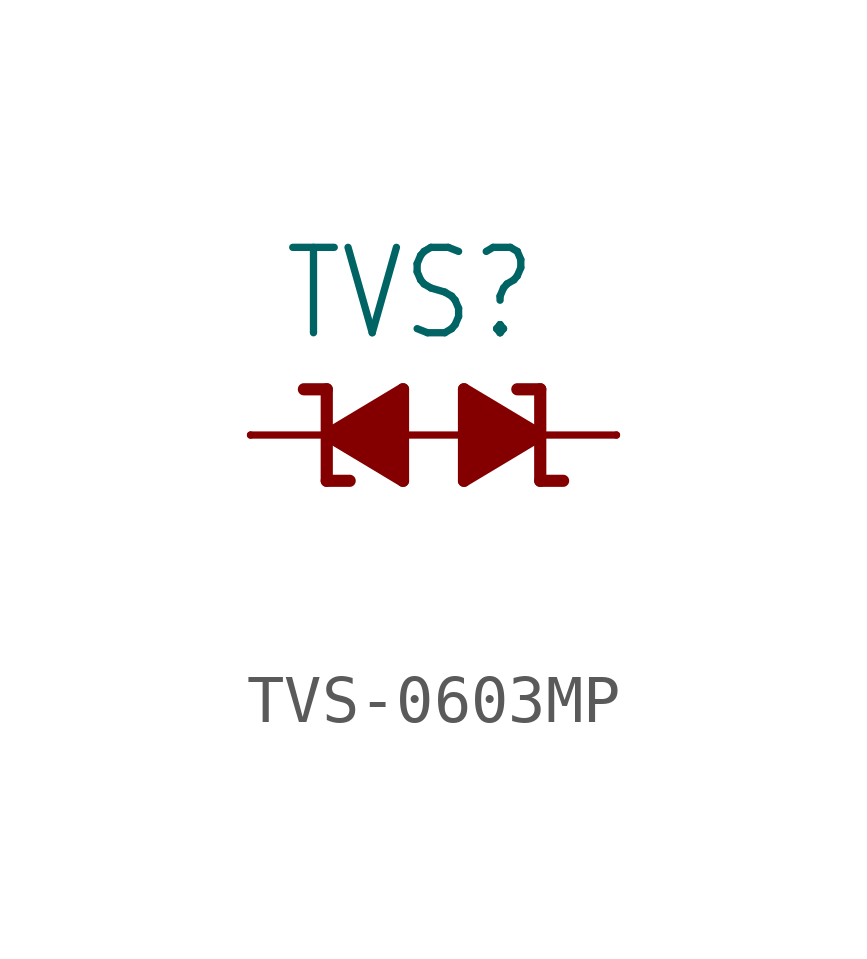
<source format=kicad_sym>
(kicad_symbol_lib
  (version 20231120)
  (generator "kicad_symbol_editor")
  (generator_version "8.0")
  (symbol "TVS-0603MP"
    (property "Reference" "TVS"
      (at -4.445 1.905 0)
      (effects (font (size 1.778 1.511)) (justify left bottom)))
    (property "Value" ""
      (at -4.445 -3.81 0)
      (effects (font (size 1.778 1.511)) (justify left bottom)))
    (property "ki_locked" ""
      (at 0 0 0)
      (effects (font (size 1.27 1.27))))
    (symbol "TVS-0603MP_1_0"
      (polyline (pts (xy -5.08 0) (xy 2.54 0)) (stroke (width 0.152) (type solid)) (fill (type none)))
      (polyline (pts (xy -3.493 -0.953) (xy -3.493 0)) (stroke (width 0.254) (type solid)) (fill (type none)))
      (polyline (pts (xy -3.493 0) (xy -3.493 0.953)) (stroke (width 0.254) (type solid)) (fill (type none)))
      (polyline (pts (xy -3.493 0) (xy -1.905 -0.953)) (stroke (width 0.254) (type solid)) (fill (type none)))
      (polyline (pts (xy -3.493 0.953) (xy -3.969 0.953)) (stroke (width 0.254) (type solid)) (fill (type none)))
      (polyline (pts (xy -3.016 -0.953) (xy -3.493 -0.953)) (stroke (width 0.254) (type solid)) (fill (type none)))
      (polyline (pts (xy -1.905 -0.953) (xy -1.905 0.953)) (stroke (width 0.254) (type solid)) (fill (type none)))
      (polyline (pts (xy -1.905 0.953) (xy -3.493 0)) (stroke (width 0.254) (type solid)) (fill (type none)))
      (polyline (pts (xy -0.635 -0.953) (xy 0.953 0)) (stroke (width 0.254) (type solid)) (fill (type none)))
      (polyline (pts (xy -0.635 0.953) (xy -0.635 -0.953)) (stroke (width 0.254) (type solid)) (fill (type none)))
      (polyline (pts (xy 0.476 0.953) (xy 0.953 0.953)) (stroke (width 0.254) (type solid)) (fill (type none)))
      (polyline (pts (xy 0.953 -0.953) (xy 1.429 -0.953)) (stroke (width 0.254) (type solid)) (fill (type none)))
      (polyline (pts (xy 0.953 0) (xy -0.635 0.953)) (stroke (width 0.254) (type solid)) (fill (type none)))
      (polyline (pts (xy 0.953 0) (xy 0.953 -0.953)) (stroke (width 0.254) (type solid)) (fill (type none)))
      (polyline (pts (xy 0.953 0.953) (xy 0.953 0)) (stroke (width 0.254) (type solid)) (fill (type none)))
      (polyline (pts (xy -1.905 -0.953) (xy -3.493 0) (xy -1.905 0.953)) (stroke (width 0.152) (type solid)) (fill (type outline)))
      (polyline (pts (xy -0.635 0.953) (xy 0.953 0) (xy -0.635 -0.953)) (stroke (width 0.152) (type solid)) (fill (type outline)))
      (pin passive line (at -5.08 0 0) (length 0) (name "1" (effects (font (size 0 0)))) (number "1" (effects (font (size 0 0)))))
      (pin passive line (at 2.54 0 180) (length 0) (name "2" (effects (font (size 0 0)))) (number "2" (effects (font (size 0 0))))))))
</source>
